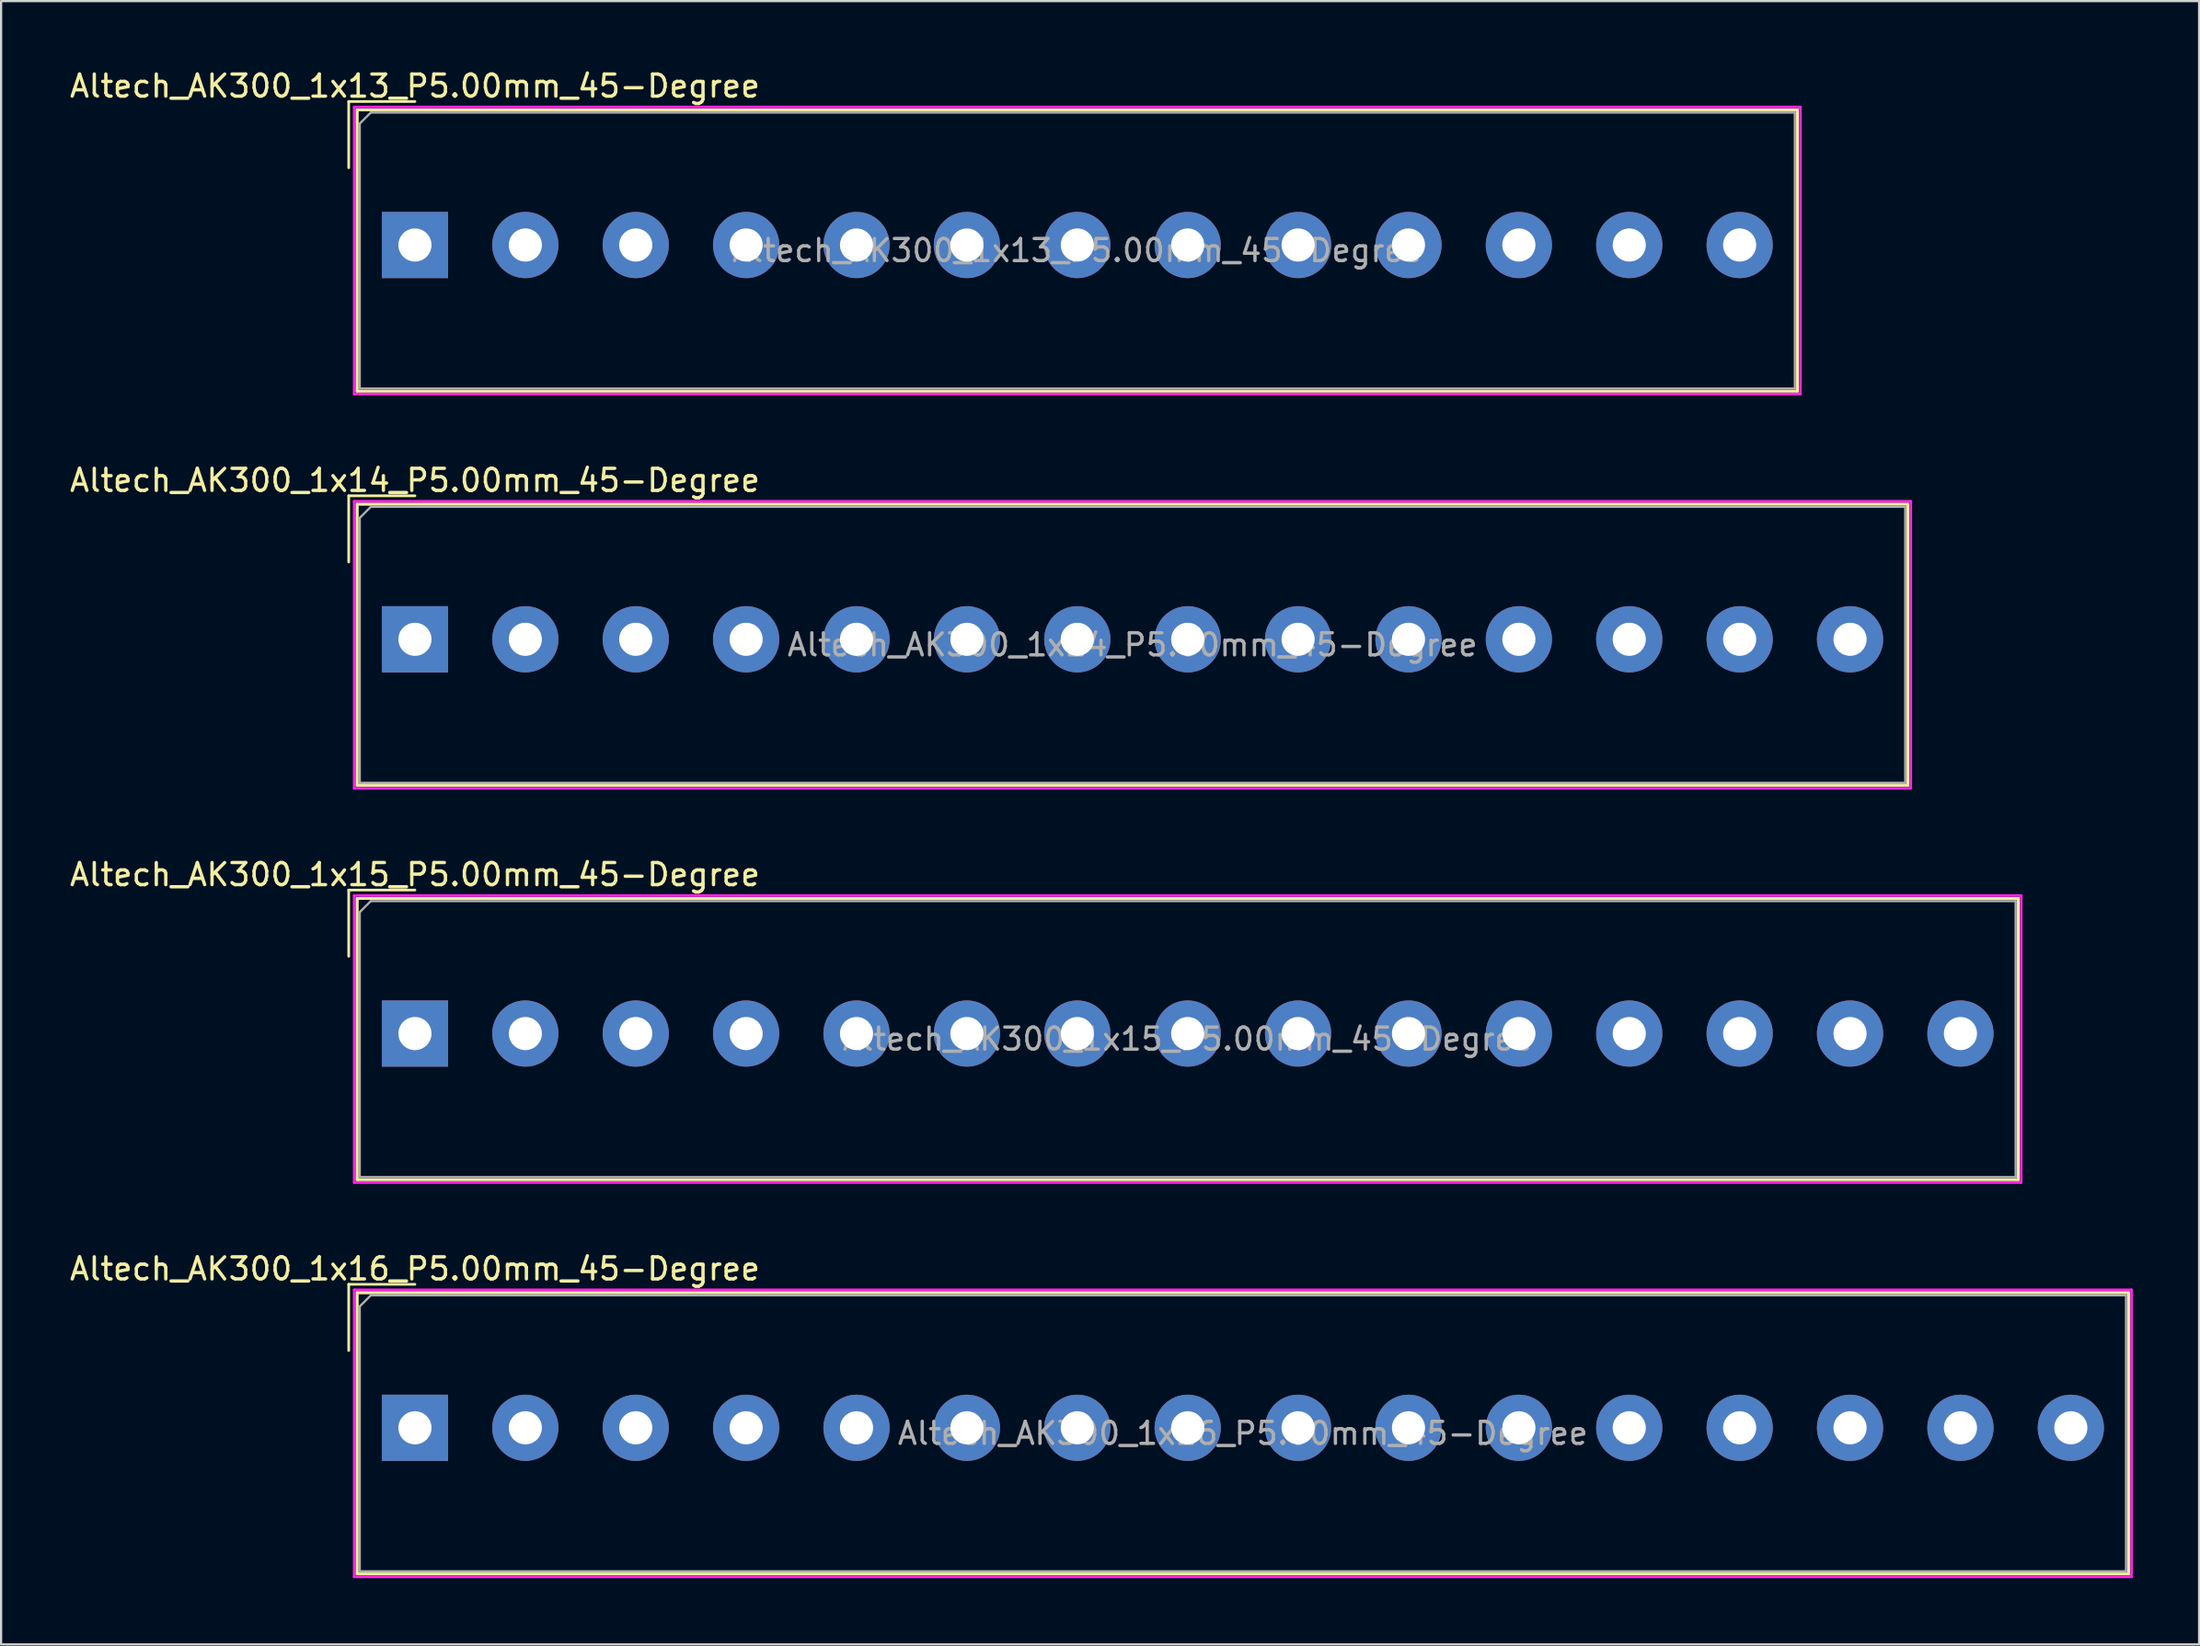
<source format=kicad_pcb>
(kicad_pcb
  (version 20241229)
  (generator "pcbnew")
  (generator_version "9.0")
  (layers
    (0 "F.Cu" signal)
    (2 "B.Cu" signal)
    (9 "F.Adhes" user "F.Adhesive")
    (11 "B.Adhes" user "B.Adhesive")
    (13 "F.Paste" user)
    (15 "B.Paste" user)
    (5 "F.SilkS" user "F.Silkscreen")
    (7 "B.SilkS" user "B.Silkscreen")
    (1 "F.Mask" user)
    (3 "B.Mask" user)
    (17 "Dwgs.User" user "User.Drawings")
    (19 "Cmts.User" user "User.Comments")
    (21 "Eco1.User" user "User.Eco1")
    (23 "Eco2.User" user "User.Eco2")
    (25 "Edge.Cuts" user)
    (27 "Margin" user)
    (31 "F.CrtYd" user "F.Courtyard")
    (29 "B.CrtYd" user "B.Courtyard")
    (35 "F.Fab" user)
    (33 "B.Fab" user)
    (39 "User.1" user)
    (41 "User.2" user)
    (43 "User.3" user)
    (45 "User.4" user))
  (footprint "Altech_AK300_1x16_P5.00mm_45-Degree"
    (layer "F.Cu")
    (at 15.744 61.623)
    (property "Reference" "Altech_AK300_1x16_P5.00mm_45-Degree" (at 0 -7.2 0) (layer "F.SilkS") (effects (font (size 1 1) (thickness 0.15))))
    (attr through_hole)
    (fp_line (start -3 -6.5) (end 0 -6.5) (stroke (width 0.12) (type solid)) (layer "F.SilkS"))
    (fp_line (start -3 -3.5) (end -3 -6.5) (stroke (width 0.12) (type solid)) (layer "F.SilkS"))
    (fp_line (start -2.62 -6.12) (end -2.62 6.62) (stroke (width 0.12) (type solid)) (layer "F.SilkS"))
    (fp_line (start -2.62 -6.12) (end -2.62 6.62) (stroke (width 0.12) (type solid)) (layer "F.SilkS"))
    (fp_line (start -2.62 -6.12) (end 77.62 -6.12) (stroke (width 0.12) (type solid)) (layer "F.SilkS"))
    (fp_line (start -2.62 -6.12) (end 77.62 -6.12) (stroke (width 0.12) (type solid)) (layer "F.SilkS"))
    (fp_line (start -2.62 6.62) (end 77.62 6.62) (stroke (width 0.12) (type solid)) (layer "F.SilkS"))
    (fp_line (start -2.62 6.62) (end 77.62 6.62) (stroke (width 0.12) (type solid)) (layer "F.SilkS"))
    (fp_line (start 77.62 -6.12) (end 77.62 6.62) (stroke (width 0.12) (type solid)) (layer "F.SilkS"))
    (fp_line (start 77.62 -6.12) (end 77.62 6.62) (stroke (width 0.12) (type solid)) (layer "F.SilkS"))
    (fp_line (start -2.75 -6.25) (end -2.75 6.75) (stroke (width 0.12) (type solid)) (layer "F.CrtYd"))
    (fp_line (start -2.75 -6.25) (end 77.75 -6.25) (stroke (width 0.12) (type solid)) (layer "F.CrtYd"))
    (fp_line (start -2.75 6.75) (end 77.75 6.75) (stroke (width 0.12) (type solid)) (layer "F.CrtYd"))
    (fp_line (start 77.75 -6.25) (end 77.75 6.75) (stroke (width 0.12) (type solid)) (layer "F.CrtYd"))
    (fp_line (start -2.5 -5.5) (end -2 -6) (stroke (width 0.1) (type solid)) (layer "F.Fab"))
    (fp_line (start -2.5 6.5) (end -2.5 -5.5) (stroke (width 0.1) (type solid)) (layer "F.Fab"))
    (fp_line (start -2 -6) (end 77.5 -6) (stroke (width 0.1) (type solid)) (layer "F.Fab"))
    (fp_line (start 77.5 -6) (end 77.5 6.5) (stroke (width 0.1) (type solid)) (layer "F.Fab"))
    (fp_line (start 77.5 6.5) (end -2.5 6.5) (stroke (width 0.1) (type solid)) (layer "F.Fab"))
    (fp_text user "${REFERENCE}" (at 37.5 0.25 0) (layer "F.Fab") (effects (font (size 1 1) (thickness 0.15))))
    (pad "1" thru_hole rect (at 0 0) (size 3 3) (drill 1.5) (layers "*.Cu" "*.Mask"))
    (pad "2" thru_hole circle (at 5 0) (size 3 3) (drill 1.5) (layers "*.Cu" "*.Mask"))
    (pad "3" thru_hole circle (at 10 0) (size 3 3) (drill 1.5) (layers "*.Cu" "*.Mask"))
    (pad "4" thru_hole circle (at 15 0) (size 3 3) (drill 1.5) (layers "*.Cu" "*.Mask"))
    (pad "5" thru_hole circle (at 20 0) (size 3 3) (drill 1.5) (layers "*.Cu" "*.Mask"))
    (pad "6" thru_hole circle (at 25 0) (size 3 3) (drill 1.5) (layers "*.Cu" "*.Mask"))
    (pad "7" thru_hole circle (at 30 0) (size 3 3) (drill 1.5) (layers "*.Cu" "*.Mask"))
    (pad "8" thru_hole circle (at 35 0) (size 3 3) (drill 1.5) (layers "*.Cu" "*.Mask"))
    (pad "9" thru_hole circle (at 40 0) (size 3 3) (drill 1.5) (layers "*.Cu" "*.Mask"))
    (pad "10" thru_hole circle (at 45 0) (size 3 3) (drill 1.5) (layers "*.Cu" "*.Mask"))
    (pad "11" thru_hole circle (at 50 0) (size 3 3) (drill 1.5) (layers "*.Cu" "*.Mask"))
    (pad "12" thru_hole circle (at 55 0) (size 3 3) (drill 1.5) (layers "*.Cu" "*.Mask"))
    (pad "13" thru_hole circle (at 60 0) (size 3 3) (drill 1.5) (layers "*.Cu" "*.Mask"))
    (pad "14" thru_hole circle (at 65 0) (size 3 3) (drill 1.5) (layers "*.Cu" "*.Mask"))
    (pad "15" thru_hole circle (at 70 0) (size 3 3) (drill 1.5) (layers "*.Cu" "*.Mask"))
    (pad "16" thru_hole circle (at 75 0) (size 3 3) (drill 1.5) (layers "*.Cu" "*.Mask")))
  (footprint "Altech_AK300_1x14_P5.00mm_45-Degree"
    (layer "F.Cu")
    (at 15.744 25.907)
    (property "Reference" "Altech_AK300_1x14_P5.00mm_45-Degree" (at 0 -7.2 0) (layer "F.SilkS") (effects (font (size 1 1) (thickness 0.15))))
    (attr through_hole)
    (fp_line (start -3 -6.5) (end 0 -6.5) (stroke (width 0.12) (type solid)) (layer "F.SilkS"))
    (fp_line (start -3 -3.5) (end -3 -6.5) (stroke (width 0.12) (type solid)) (layer "F.SilkS"))
    (fp_line (start -2.62 -6.12) (end -2.62 6.62) (stroke (width 0.12) (type solid)) (layer "F.SilkS"))
    (fp_line (start -2.62 -6.12) (end -2.62 6.62) (stroke (width 0.12) (type solid)) (layer "F.SilkS"))
    (fp_line (start -2.62 -6.12) (end 67.62 -6.12) (stroke (width 0.12) (type solid)) (layer "F.SilkS"))
    (fp_line (start -2.62 -6.12) (end 67.62 -6.12) (stroke (width 0.12) (type solid)) (layer "F.SilkS"))
    (fp_line (start -2.62 6.62) (end 67.62 6.62) (stroke (width 0.12) (type solid)) (layer "F.SilkS"))
    (fp_line (start -2.62 6.62) (end 67.62 6.62) (stroke (width 0.12) (type solid)) (layer "F.SilkS"))
    (fp_line (start 67.62 -6.12) (end 67.62 6.62) (stroke (width 0.12) (type solid)) (layer "F.SilkS"))
    (fp_line (start 67.62 -6.12) (end 67.62 6.62) (stroke (width 0.12) (type solid)) (layer "F.SilkS"))
    (fp_line (start -2.75 -6.25) (end -2.75 6.75) (stroke (width 0.12) (type solid)) (layer "F.CrtYd"))
    (fp_line (start -2.75 -6.25) (end 67.75 -6.25) (stroke (width 0.12) (type solid)) (layer "F.CrtYd"))
    (fp_line (start -2.75 6.75) (end 67.75 6.75) (stroke (width 0.12) (type solid)) (layer "F.CrtYd"))
    (fp_line (start 67.75 -6.25) (end 67.75 6.75) (stroke (width 0.12) (type solid)) (layer "F.CrtYd"))
    (fp_line (start -2.5 -5.5) (end -2 -6) (stroke (width 0.1) (type solid)) (layer "F.Fab"))
    (fp_line (start -2.5 6.5) (end -2.5 -5.5) (stroke (width 0.1) (type solid)) (layer "F.Fab"))
    (fp_line (start -2 -6) (end 67.5 -6) (stroke (width 0.1) (type solid)) (layer "F.Fab"))
    (fp_line (start 67.5 -6) (end 67.5 6.5) (stroke (width 0.1) (type solid)) (layer "F.Fab"))
    (fp_line (start 67.5 6.5) (end -2.5 6.5) (stroke (width 0.1) (type solid)) (layer "F.Fab"))
    (fp_text user "${REFERENCE}" (at 32.5 0.25 0) (layer "F.Fab") (effects (font (size 1 1) (thickness 0.15))))
    (pad "1" thru_hole rect (at 0 0) (size 3 3) (drill 1.5) (layers "*.Cu" "*.Mask"))
    (pad "2" thru_hole circle (at 5 0) (size 3 3) (drill 1.5) (layers "*.Cu" "*.Mask"))
    (pad "3" thru_hole circle (at 10 0) (size 3 3) (drill 1.5) (layers "*.Cu" "*.Mask"))
    (pad "4" thru_hole circle (at 15 0) (size 3 3) (drill 1.5) (layers "*.Cu" "*.Mask"))
    (pad "5" thru_hole circle (at 20 0) (size 3 3) (drill 1.5) (layers "*.Cu" "*.Mask"))
    (pad "6" thru_hole circle (at 25 0) (size 3 3) (drill 1.5) (layers "*.Cu" "*.Mask"))
    (pad "7" thru_hole circle (at 30 0) (size 3 3) (drill 1.5) (layers "*.Cu" "*.Mask"))
    (pad "8" thru_hole circle (at 35 0) (size 3 3) (drill 1.5) (layers "*.Cu" "*.Mask"))
    (pad "9" thru_hole circle (at 40 0) (size 3 3) (drill 1.5) (layers "*.Cu" "*.Mask"))
    (pad "10" thru_hole circle (at 45 0) (size 3 3) (drill 1.5) (layers "*.Cu" "*.Mask"))
    (pad "11" thru_hole circle (at 50 0) (size 3 3) (drill 1.5) (layers "*.Cu" "*.Mask"))
    (pad "12" thru_hole circle (at 55 0) (size 3 3) (drill 1.5) (layers "*.Cu" "*.Mask"))
    (pad "13" thru_hole circle (at 60 0) (size 3 3) (drill 1.5) (layers "*.Cu" "*.Mask"))
    (pad "14" thru_hole circle (at 65 0) (size 3 3) (drill 1.5) (layers "*.Cu" "*.Mask")))
  (footprint "Altech_AK300_1x13_P5.00mm_45-Degree"
    (layer "F.Cu")
    (at 15.744 8.048)
    (property "Reference" "Altech_AK300_1x13_P5.00mm_45-Degree" (at 0 -7.2 0) (layer "F.SilkS") (effects (font (size 1 1) (thickness 0.15))))
    (attr through_hole)
    (fp_line (start -3 -6.5) (end 0 -6.5) (stroke (width 0.12) (type solid)) (layer "F.SilkS"))
    (fp_line (start -3 -3.5) (end -3 -6.5) (stroke (width 0.12) (type solid)) (layer "F.SilkS"))
    (fp_line (start -2.62 -6.12) (end -2.62 6.62) (stroke (width 0.12) (type solid)) (layer "F.SilkS"))
    (fp_line (start -2.62 -6.12) (end -2.62 6.62) (stroke (width 0.12) (type solid)) (layer "F.SilkS"))
    (fp_line (start -2.62 -6.12) (end 62.62 -6.12) (stroke (width 0.12) (type solid)) (layer "F.SilkS"))
    (fp_line (start -2.62 -6.12) (end 62.62 -6.12) (stroke (width 0.12) (type solid)) (layer "F.SilkS"))
    (fp_line (start -2.62 6.62) (end 62.62 6.62) (stroke (width 0.12) (type solid)) (layer "F.SilkS"))
    (fp_line (start -2.62 6.62) (end 62.62 6.62) (stroke (width 0.12) (type solid)) (layer "F.SilkS"))
    (fp_line (start 62.62 -6.12) (end 62.62 6.62) (stroke (width 0.12) (type solid)) (layer "F.SilkS"))
    (fp_line (start 62.62 -6.12) (end 62.62 6.62) (stroke (width 0.12) (type solid)) (layer "F.SilkS"))
    (fp_line (start -2.75 -6.25) (end -2.75 6.75) (stroke (width 0.12) (type solid)) (layer "F.CrtYd"))
    (fp_line (start -2.75 -6.25) (end 62.75 -6.25) (stroke (width 0.12) (type solid)) (layer "F.CrtYd"))
    (fp_line (start -2.75 6.75) (end 62.75 6.75) (stroke (width 0.12) (type solid)) (layer "F.CrtYd"))
    (fp_line (start 62.75 -6.25) (end 62.75 6.75) (stroke (width 0.12) (type solid)) (layer "F.CrtYd"))
    (fp_line (start -2.5 -5.5) (end -2 -6) (stroke (width 0.1) (type solid)) (layer "F.Fab"))
    (fp_line (start -2.5 6.5) (end -2.5 -5.5) (stroke (width 0.1) (type solid)) (layer "F.Fab"))
    (fp_line (start -2 -6) (end 62.5 -6) (stroke (width 0.1) (type solid)) (layer "F.Fab"))
    (fp_line (start 62.5 -6) (end 62.5 6.5) (stroke (width 0.1) (type solid)) (layer "F.Fab"))
    (fp_line (start 62.5 6.5) (end -2.5 6.5) (stroke (width 0.1) (type solid)) (layer "F.Fab"))
    (fp_text user "${REFERENCE}" (at 30 0.25 0) (layer "F.Fab") (effects (font (size 1 1) (thickness 0.15))))
    (pad "1" thru_hole rect (at 0 0) (size 3 3) (drill 1.5) (layers "*.Cu" "*.Mask"))
    (pad "2" thru_hole circle (at 5 0) (size 3 3) (drill 1.5) (layers "*.Cu" "*.Mask"))
    (pad "3" thru_hole circle (at 10 0) (size 3 3) (drill 1.5) (layers "*.Cu" "*.Mask"))
    (pad "4" thru_hole circle (at 15 0) (size 3 3) (drill 1.5) (layers "*.Cu" "*.Mask"))
    (pad "5" thru_hole circle (at 20 0) (size 3 3) (drill 1.5) (layers "*.Cu" "*.Mask"))
    (pad "6" thru_hole circle (at 25 0) (size 3 3) (drill 1.5) (layers "*.Cu" "*.Mask"))
    (pad "7" thru_hole circle (at 30 0) (size 3 3) (drill 1.5) (layers "*.Cu" "*.Mask"))
    (pad "8" thru_hole circle (at 35 0) (size 3 3) (drill 1.5) (layers "*.Cu" "*.Mask"))
    (pad "9" thru_hole circle (at 40 0) (size 3 3) (drill 1.5) (layers "*.Cu" "*.Mask"))
    (pad "10" thru_hole circle (at 45 0) (size 3 3) (drill 1.5) (layers "*.Cu" "*.Mask"))
    (pad "11" thru_hole circle (at 50 0) (size 3 3) (drill 1.5) (layers "*.Cu" "*.Mask"))
    (pad "12" thru_hole circle (at 55 0) (size 3 3) (drill 1.5) (layers "*.Cu" "*.Mask"))
    (pad "13" thru_hole circle (at 60 0) (size 3 3) (drill 1.5) (layers "*.Cu" "*.Mask")))
  (footprint "Altech_AK300_1x15_P5.00mm_45-Degree"
    (layer "F.Cu")
    (at 15.744 43.765)
    (property "Reference" "Altech_AK300_1x15_P5.00mm_45-Degree" (at 0 -7.2 0) (layer "F.SilkS") (effects (font (size 1 1) (thickness 0.15))))
    (attr through_hole)
    (fp_line (start -3 -6.5) (end 0 -6.5) (stroke (width 0.12) (type solid)) (layer "F.SilkS"))
    (fp_line (start -3 -3.5) (end -3 -6.5) (stroke (width 0.12) (type solid)) (layer "F.SilkS"))
    (fp_line (start -2.62 -6.12) (end -2.62 6.62) (stroke (width 0.12) (type solid)) (layer "F.SilkS"))
    (fp_line (start -2.62 -6.12) (end -2.62 6.62) (stroke (width 0.12) (type solid)) (layer "F.SilkS"))
    (fp_line (start -2.62 -6.12) (end 72.62 -6.12) (stroke (width 0.12) (type solid)) (layer "F.SilkS"))
    (fp_line (start -2.62 -6.12) (end 72.62 -6.12) (stroke (width 0.12) (type solid)) (layer "F.SilkS"))
    (fp_line (start -2.62 6.62) (end 72.62 6.62) (stroke (width 0.12) (type solid)) (layer "F.SilkS"))
    (fp_line (start -2.62 6.62) (end 72.62 6.62) (stroke (width 0.12) (type solid)) (layer "F.SilkS"))
    (fp_line (start 72.62 -6.12) (end 72.62 6.62) (stroke (width 0.12) (type solid)) (layer "F.SilkS"))
    (fp_line (start 72.62 -6.12) (end 72.62 6.62) (stroke (width 0.12) (type solid)) (layer "F.SilkS"))
    (fp_line (start -2.75 -6.25) (end -2.75 6.75) (stroke (width 0.12) (type solid)) (layer "F.CrtYd"))
    (fp_line (start -2.75 -6.25) (end 72.75 -6.25) (stroke (width 0.12) (type solid)) (layer "F.CrtYd"))
    (fp_line (start -2.75 6.75) (end 72.75 6.75) (stroke (width 0.12) (type solid)) (layer "F.CrtYd"))
    (fp_line (start 72.75 -6.25) (end 72.75 6.75) (stroke (width 0.12) (type solid)) (layer "F.CrtYd"))
    (fp_line (start -2.5 -5.5) (end -2 -6) (stroke (width 0.1) (type solid)) (layer "F.Fab"))
    (fp_line (start -2.5 6.5) (end -2.5 -5.5) (stroke (width 0.1) (type solid)) (layer "F.Fab"))
    (fp_line (start -2 -6) (end 72.5 -6) (stroke (width 0.1) (type solid)) (layer "F.Fab"))
    (fp_line (start 72.5 -6) (end 72.5 6.5) (stroke (width 0.1) (type solid)) (layer "F.Fab"))
    (fp_line (start 72.5 6.5) (end -2.5 6.5) (stroke (width 0.1) (type solid)) (layer "F.Fab"))
    (fp_text user "${REFERENCE}" (at 35 0.25 0) (layer "F.Fab") (effects (font (size 1 1) (thickness 0.15))))
    (pad "1" thru_hole rect (at 0 0) (size 3 3) (drill 1.5) (layers "*.Cu" "*.Mask"))
    (pad "2" thru_hole circle (at 5 0) (size 3 3) (drill 1.5) (layers "*.Cu" "*.Mask"))
    (pad "3" thru_hole circle (at 10 0) (size 3 3) (drill 1.5) (layers "*.Cu" "*.Mask"))
    (pad "4" thru_hole circle (at 15 0) (size 3 3) (drill 1.5) (layers "*.Cu" "*.Mask"))
    (pad "5" thru_hole circle (at 20 0) (size 3 3) (drill 1.5) (layers "*.Cu" "*.Mask"))
    (pad "6" thru_hole circle (at 25 0) (size 3 3) (drill 1.5) (layers "*.Cu" "*.Mask"))
    (pad "7" thru_hole circle (at 30 0) (size 3 3) (drill 1.5) (layers "*.Cu" "*.Mask"))
    (pad "8" thru_hole circle (at 35 0) (size 3 3) (drill 1.5) (layers "*.Cu" "*.Mask"))
    (pad "9" thru_hole circle (at 40 0) (size 3 3) (drill 1.5) (layers "*.Cu" "*.Mask"))
    (pad "10" thru_hole circle (at 45 0) (size 3 3) (drill 1.5) (layers "*.Cu" "*.Mask"))
    (pad "11" thru_hole circle (at 50 0) (size 3 3) (drill 1.5) (layers "*.Cu" "*.Mask"))
    (pad "12" thru_hole circle (at 55 0) (size 3 3) (drill 1.5) (layers "*.Cu" "*.Mask"))
    (pad "13" thru_hole circle (at 60 0) (size 3 3) (drill 1.5) (layers "*.Cu" "*.Mask"))
    (pad "14" thru_hole circle (at 65 0) (size 3 3) (drill 1.5) (layers "*.Cu" "*.Mask"))
    (pad "15" thru_hole circle (at 70 0) (size 3 3) (drill 1.5) (layers "*.Cu" "*.Mask")))
  (gr_rect
    (start -3 -3)
    (end 96.554 71.433)
    (stroke (width 0.1) (type default))
    (fill no)
    (layer "Edge.Cuts")))
</source>
